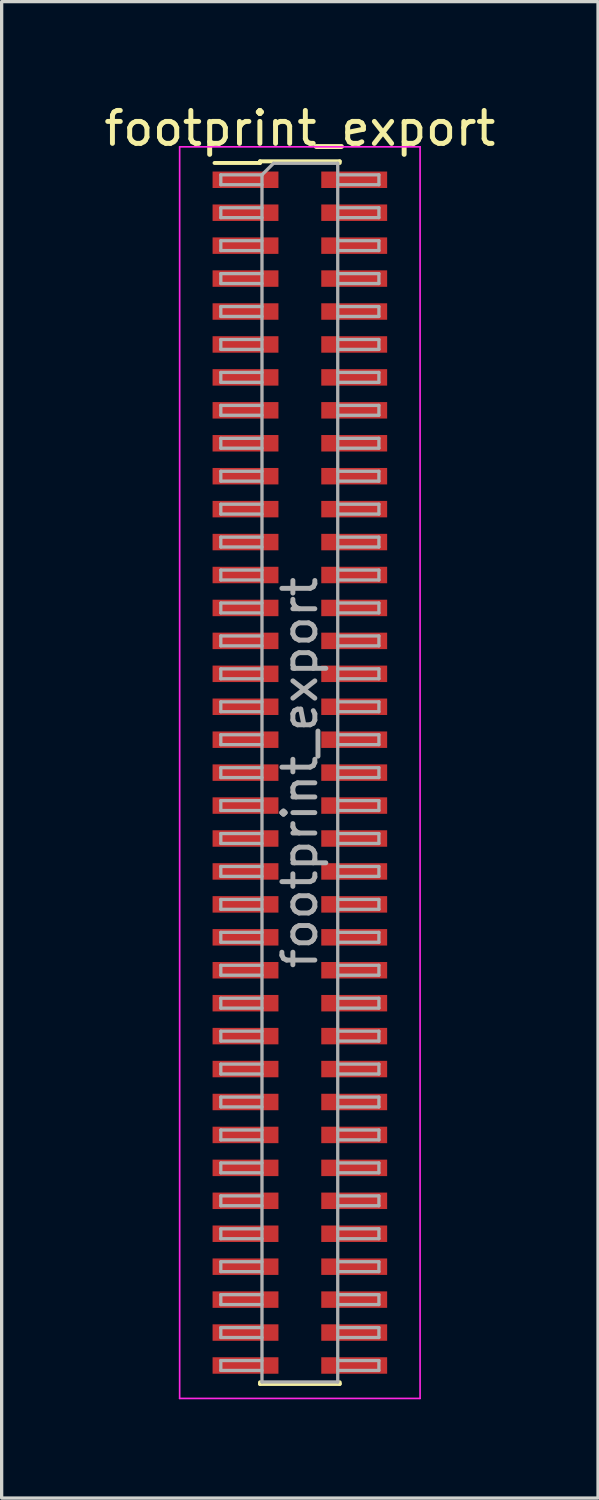
<source format=kicad_pcb>
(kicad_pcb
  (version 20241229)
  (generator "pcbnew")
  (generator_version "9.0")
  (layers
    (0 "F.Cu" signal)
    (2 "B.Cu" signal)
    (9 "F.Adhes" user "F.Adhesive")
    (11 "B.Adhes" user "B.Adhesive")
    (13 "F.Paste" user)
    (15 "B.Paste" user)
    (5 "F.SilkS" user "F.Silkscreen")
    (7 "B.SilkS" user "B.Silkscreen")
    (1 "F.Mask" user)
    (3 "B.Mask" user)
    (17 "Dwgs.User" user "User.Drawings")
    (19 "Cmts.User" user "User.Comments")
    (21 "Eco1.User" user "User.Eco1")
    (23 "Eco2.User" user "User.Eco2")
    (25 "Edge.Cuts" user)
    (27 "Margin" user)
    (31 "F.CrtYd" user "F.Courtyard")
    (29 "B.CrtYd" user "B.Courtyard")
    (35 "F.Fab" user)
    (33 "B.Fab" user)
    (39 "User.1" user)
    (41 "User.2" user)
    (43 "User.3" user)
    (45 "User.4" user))
  (footprint "footprint_export"
    (layer "F.Cu")
    (at 6.054 20.408)
    (property "Reference" "footprint_export" (at 0 -19.56 0) (layer "F.SilkS") (effects (font (size 1 1) (thickness 0.15))))
    (attr smd)
    (fp_line (start -2.59 -18.51) (end -1.21 -18.51) (stroke (width 0.12) (type solid)) (layer "F.SilkS"))
    (fp_line (start -1.21 -18.56) (end -1.21 -18.51) (stroke (width 0.12) (type solid)) (layer "F.SilkS"))
    (fp_line (start -1.21 -18.56) (end 1.21 -18.56) (stroke (width 0.12) (type solid)) (layer "F.SilkS"))
    (fp_line (start -1.21 18.51) (end -1.21 18.56) (stroke (width 0.12) (type solid)) (layer "F.SilkS"))
    (fp_line (start -1.21 18.56) (end 1.21 18.56) (stroke (width 0.12) (type solid)) (layer "F.SilkS"))
    (fp_line (start 1.21 -18.56) (end 1.21 -18.51) (stroke (width 0.12) (type solid)) (layer "F.SilkS"))
    (fp_line (start 1.21 18.51) (end 1.21 18.56) (stroke (width 0.12) (type solid)) (layer "F.SilkS"))
    (fp_line (start -3.65 -19) (end -3.65 19) (stroke (width 0.05) (type solid)) (layer "F.CrtYd"))
    (fp_line (start -3.65 19) (end 3.65 19) (stroke (width 0.05) (type solid)) (layer "F.CrtYd"))
    (fp_line (start 3.65 -19) (end -3.65 -19) (stroke (width 0.05) (type solid)) (layer "F.CrtYd"))
    (fp_line (start 3.65 19) (end 3.65 -19) (stroke (width 0.05) (type solid)) (layer "F.CrtYd"))
    (fp_line (start -2.4 -18.15) (end -2.4 -17.85) (stroke (width 0.1) (type solid)) (layer "F.Fab"))
    (fp_line (start -2.4 -17.85) (end -1.15 -17.85) (stroke (width 0.1) (type solid)) (layer "F.Fab"))
    (fp_line (start -2.4 -17.15) (end -2.4 -16.85) (stroke (width 0.1) (type solid)) (layer "F.Fab"))
    (fp_line (start -2.4 -16.85) (end -1.15 -16.85) (stroke (width 0.1) (type solid)) (layer "F.Fab"))
    (fp_line (start -2.4 -16.15) (end -2.4 -15.85) (stroke (width 0.1) (type solid)) (layer "F.Fab"))
    (fp_line (start -2.4 -15.85) (end -1.15 -15.85) (stroke (width 0.1) (type solid)) (layer "F.Fab"))
    (fp_line (start -2.4 -15.15) (end -2.4 -14.85) (stroke (width 0.1) (type solid)) (layer "F.Fab"))
    (fp_line (start -2.4 -14.85) (end -1.15 -14.85) (stroke (width 0.1) (type solid)) (layer "F.Fab"))
    (fp_line (start -2.4 -14.15) (end -2.4 -13.85) (stroke (width 0.1) (type solid)) (layer "F.Fab"))
    (fp_line (start -2.4 -13.85) (end -1.15 -13.85) (stroke (width 0.1) (type solid)) (layer "F.Fab"))
    (fp_line (start -2.4 -13.15) (end -2.4 -12.85) (stroke (width 0.1) (type solid)) (layer "F.Fab"))
    (fp_line (start -2.4 -12.85) (end -1.15 -12.85) (stroke (width 0.1) (type solid)) (layer "F.Fab"))
    (fp_line (start -2.4 -12.15) (end -2.4 -11.85) (stroke (width 0.1) (type solid)) (layer "F.Fab"))
    (fp_line (start -2.4 -11.85) (end -1.15 -11.85) (stroke (width 0.1) (type solid)) (layer "F.Fab"))
    (fp_line (start -2.4 -11.15) (end -2.4 -10.85) (stroke (width 0.1) (type solid)) (layer "F.Fab"))
    (fp_line (start -2.4 -10.85) (end -1.15 -10.85) (stroke (width 0.1) (type solid)) (layer "F.Fab"))
    (fp_line (start -2.4 -10.15) (end -2.4 -9.85) (stroke (width 0.1) (type solid)) (layer "F.Fab"))
    (fp_line (start -2.4 -9.85) (end -1.15 -9.85) (stroke (width 0.1) (type solid)) (layer "F.Fab"))
    (fp_line (start -2.4 -9.15) (end -2.4 -8.85) (stroke (width 0.1) (type solid)) (layer "F.Fab"))
    (fp_line (start -2.4 -8.85) (end -1.15 -8.85) (stroke (width 0.1) (type solid)) (layer "F.Fab"))
    (fp_line (start -2.4 -8.15) (end -2.4 -7.85) (stroke (width 0.1) (type solid)) (layer "F.Fab"))
    (fp_line (start -2.4 -7.85) (end -1.15 -7.85) (stroke (width 0.1) (type solid)) (layer "F.Fab"))
    (fp_line (start -2.4 -7.15) (end -2.4 -6.85) (stroke (width 0.1) (type solid)) (layer "F.Fab"))
    (fp_line (start -2.4 -6.85) (end -1.15 -6.85) (stroke (width 0.1) (type solid)) (layer "F.Fab"))
    (fp_line (start -2.4 -6.15) (end -2.4 -5.85) (stroke (width 0.1) (type solid)) (layer "F.Fab"))
    (fp_line (start -2.4 -5.85) (end -1.15 -5.85) (stroke (width 0.1) (type solid)) (layer "F.Fab"))
    (fp_line (start -2.4 -5.15) (end -2.4 -4.85) (stroke (width 0.1) (type solid)) (layer "F.Fab"))
    (fp_line (start -2.4 -4.85) (end -1.15 -4.85) (stroke (width 0.1) (type solid)) (layer "F.Fab"))
    (fp_line (start -2.4 -4.15) (end -2.4 -3.85) (stroke (width 0.1) (type solid)) (layer "F.Fab"))
    (fp_line (start -2.4 -3.85) (end -1.15 -3.85) (stroke (width 0.1) (type solid)) (layer "F.Fab"))
    (fp_line (start -2.4 -3.15) (end -2.4 -2.85) (stroke (width 0.1) (type solid)) (layer "F.Fab"))
    (fp_line (start -2.4 -2.85) (end -1.15 -2.85) (stroke (width 0.1) (type solid)) (layer "F.Fab"))
    (fp_line (start -2.4 -2.15) (end -2.4 -1.85) (stroke (width 0.1) (type solid)) (layer "F.Fab"))
    (fp_line (start -2.4 -1.85) (end -1.15 -1.85) (stroke (width 0.1) (type solid)) (layer "F.Fab"))
    (fp_line (start -2.4 -1.15) (end -2.4 -0.85) (stroke (width 0.1) (type solid)) (layer "F.Fab"))
    (fp_line (start -2.4 -0.85) (end -1.15 -0.85) (stroke (width 0.1) (type solid)) (layer "F.Fab"))
    (fp_line (start -2.4 -0.15) (end -2.4 0.15) (stroke (width 0.1) (type solid)) (layer "F.Fab"))
    (fp_line (start -2.4 0.15) (end -1.15 0.15) (stroke (width 0.1) (type solid)) (layer "F.Fab"))
    (fp_line (start -2.4 0.85) (end -2.4 1.15) (stroke (width 0.1) (type solid)) (layer "F.Fab"))
    (fp_line (start -2.4 1.15) (end -1.15 1.15) (stroke (width 0.1) (type solid)) (layer "F.Fab"))
    (fp_line (start -2.4 1.85) (end -2.4 2.15) (stroke (width 0.1) (type solid)) (layer "F.Fab"))
    (fp_line (start -2.4 2.15) (end -1.15 2.15) (stroke (width 0.1) (type solid)) (layer "F.Fab"))
    (fp_line (start -2.4 2.85) (end -2.4 3.15) (stroke (width 0.1) (type solid)) (layer "F.Fab"))
    (fp_line (start -2.4 3.15) (end -1.15 3.15) (stroke (width 0.1) (type solid)) (layer "F.Fab"))
    (fp_line (start -2.4 3.85) (end -2.4 4.15) (stroke (width 0.1) (type solid)) (layer "F.Fab"))
    (fp_line (start -2.4 4.15) (end -1.15 4.15) (stroke (width 0.1) (type solid)) (layer "F.Fab"))
    (fp_line (start -2.4 4.85) (end -2.4 5.15) (stroke (width 0.1) (type solid)) (layer "F.Fab"))
    (fp_line (start -2.4 5.15) (end -1.15 5.15) (stroke (width 0.1) (type solid)) (layer "F.Fab"))
    (fp_line (start -2.4 5.85) (end -2.4 6.15) (stroke (width 0.1) (type solid)) (layer "F.Fab"))
    (fp_line (start -2.4 6.15) (end -1.15 6.15) (stroke (width 0.1) (type solid)) (layer "F.Fab"))
    (fp_line (start -2.4 6.85) (end -2.4 7.15) (stroke (width 0.1) (type solid)) (layer "F.Fab"))
    (fp_line (start -2.4 7.15) (end -1.15 7.15) (stroke (width 0.1) (type solid)) (layer "F.Fab"))
    (fp_line (start -2.4 7.85) (end -2.4 8.15) (stroke (width 0.1) (type solid)) (layer "F.Fab"))
    (fp_line (start -2.4 8.15) (end -1.15 8.15) (stroke (width 0.1) (type solid)) (layer "F.Fab"))
    (fp_line (start -2.4 8.85) (end -2.4 9.15) (stroke (width 0.1) (type solid)) (layer "F.Fab"))
    (fp_line (start -2.4 9.15) (end -1.15 9.15) (stroke (width 0.1) (type solid)) (layer "F.Fab"))
    (fp_line (start -2.4 9.85) (end -2.4 10.15) (stroke (width 0.1) (type solid)) (layer "F.Fab"))
    (fp_line (start -2.4 10.15) (end -1.15 10.15) (stroke (width 0.1) (type solid)) (layer "F.Fab"))
    (fp_line (start -2.4 10.85) (end -2.4 11.15) (stroke (width 0.1) (type solid)) (layer "F.Fab"))
    (fp_line (start -2.4 11.15) (end -1.15 11.15) (stroke (width 0.1) (type solid)) (layer "F.Fab"))
    (fp_line (start -2.4 11.85) (end -2.4 12.15) (stroke (width 0.1) (type solid)) (layer "F.Fab"))
    (fp_line (start -2.4 12.15) (end -1.15 12.15) (stroke (width 0.1) (type solid)) (layer "F.Fab"))
    (fp_line (start -2.4 12.85) (end -2.4 13.15) (stroke (width 0.1) (type solid)) (layer "F.Fab"))
    (fp_line (start -2.4 13.15) (end -1.15 13.15) (stroke (width 0.1) (type solid)) (layer "F.Fab"))
    (fp_line (start -2.4 13.85) (end -2.4 14.15) (stroke (width 0.1) (type solid)) (layer "F.Fab"))
    (fp_line (start -2.4 14.15) (end -1.15 14.15) (stroke (width 0.1) (type solid)) (layer "F.Fab"))
    (fp_line (start -2.4 14.85) (end -2.4 15.15) (stroke (width 0.1) (type solid)) (layer "F.Fab"))
    (fp_line (start -2.4 15.15) (end -1.15 15.15) (stroke (width 0.1) (type solid)) (layer "F.Fab"))
    (fp_line (start -2.4 15.85) (end -2.4 16.15) (stroke (width 0.1) (type solid)) (layer "F.Fab"))
    (fp_line (start -2.4 16.15) (end -1.15 16.15) (stroke (width 0.1) (type solid)) (layer "F.Fab"))
    (fp_line (start -2.4 16.85) (end -2.4 17.15) (stroke (width 0.1) (type solid)) (layer "F.Fab"))
    (fp_line (start -2.4 17.15) (end -1.15 17.15) (stroke (width 0.1) (type solid)) (layer "F.Fab"))
    (fp_line (start -2.4 17.85) (end -2.4 18.15) (stroke (width 0.1) (type solid)) (layer "F.Fab"))
    (fp_line (start -2.4 18.15) (end -1.15 18.15) (stroke (width 0.1) (type solid)) (layer "F.Fab"))
    (fp_line (start -1.15 -18.15) (end -2.4 -18.15) (stroke (width 0.1) (type solid)) (layer "F.Fab"))
    (fp_line (start -1.15 -18.15) (end -0.8 -18.5) (stroke (width 0.1) (type solid)) (layer "F.Fab"))
    (fp_line (start -1.15 -17.15) (end -2.4 -17.15) (stroke (width 0.1) (type solid)) (layer "F.Fab"))
    (fp_line (start -1.15 -16.15) (end -2.4 -16.15) (stroke (width 0.1) (type solid)) (layer "F.Fab"))
    (fp_line (start -1.15 -15.15) (end -2.4 -15.15) (stroke (width 0.1) (type solid)) (layer "F.Fab"))
    (fp_line (start -1.15 -14.15) (end -2.4 -14.15) (stroke (width 0.1) (type solid)) (layer "F.Fab"))
    (fp_line (start -1.15 -13.15) (end -2.4 -13.15) (stroke (width 0.1) (type solid)) (layer "F.Fab"))
    (fp_line (start -1.15 -12.15) (end -2.4 -12.15) (stroke (width 0.1) (type solid)) (layer "F.Fab"))
    (fp_line (start -1.15 -11.15) (end -2.4 -11.15) (stroke (width 0.1) (type solid)) (layer "F.Fab"))
    (fp_line (start -1.15 -10.15) (end -2.4 -10.15) (stroke (width 0.1) (type solid)) (layer "F.Fab"))
    (fp_line (start -1.15 -9.15) (end -2.4 -9.15) (stroke (width 0.1) (type solid)) (layer "F.Fab"))
    (fp_line (start -1.15 -8.15) (end -2.4 -8.15) (stroke (width 0.1) (type solid)) (layer "F.Fab"))
    (fp_line (start -1.15 -7.15) (end -2.4 -7.15) (stroke (width 0.1) (type solid)) (layer "F.Fab"))
    (fp_line (start -1.15 -6.15) (end -2.4 -6.15) (stroke (width 0.1) (type solid)) (layer "F.Fab"))
    (fp_line (start -1.15 -5.15) (end -2.4 -5.15) (stroke (width 0.1) (type solid)) (layer "F.Fab"))
    (fp_line (start -1.15 -4.15) (end -2.4 -4.15) (stroke (width 0.1) (type solid)) (layer "F.Fab"))
    (fp_line (start -1.15 -3.15) (end -2.4 -3.15) (stroke (width 0.1) (type solid)) (layer "F.Fab"))
    (fp_line (start -1.15 -2.15) (end -2.4 -2.15) (stroke (width 0.1) (type solid)) (layer "F.Fab"))
    (fp_line (start -1.15 -1.15) (end -2.4 -1.15) (stroke (width 0.1) (type solid)) (layer "F.Fab"))
    (fp_line (start -1.15 -0.15) (end -2.4 -0.15) (stroke (width 0.1) (type solid)) (layer "F.Fab"))
    (fp_line (start -1.15 0.85) (end -2.4 0.85) (stroke (width 0.1) (type solid)) (layer "F.Fab"))
    (fp_line (start -1.15 1.85) (end -2.4 1.85) (stroke (width 0.1) (type solid)) (layer "F.Fab"))
    (fp_line (start -1.15 2.85) (end -2.4 2.85) (stroke (width 0.1) (type solid)) (layer "F.Fab"))
    (fp_line (start -1.15 3.85) (end -2.4 3.85) (stroke (width 0.1) (type solid)) (layer "F.Fab"))
    (fp_line (start -1.15 4.85) (end -2.4 4.85) (stroke (width 0.1) (type solid)) (layer "F.Fab"))
    (fp_line (start -1.15 5.85) (end -2.4 5.85) (stroke (width 0.1) (type solid)) (layer "F.Fab"))
    (fp_line (start -1.15 6.85) (end -2.4 6.85) (stroke (width 0.1) (type solid)) (layer "F.Fab"))
    (fp_line (start -1.15 7.85) (end -2.4 7.85) (stroke (width 0.1) (type solid)) (layer "F.Fab"))
    (fp_line (start -1.15 8.85) (end -2.4 8.85) (stroke (width 0.1) (type solid)) (layer "F.Fab"))
    (fp_line (start -1.15 9.85) (end -2.4 9.85) (stroke (width 0.1) (type solid)) (layer "F.Fab"))
    (fp_line (start -1.15 10.85) (end -2.4 10.85) (stroke (width 0.1) (type solid)) (layer "F.Fab"))
    (fp_line (start -1.15 11.85) (end -2.4 11.85) (stroke (width 0.1) (type solid)) (layer "F.Fab"))
    (fp_line (start -1.15 12.85) (end -2.4 12.85) (stroke (width 0.1) (type solid)) (layer "F.Fab"))
    (fp_line (start -1.15 13.85) (end -2.4 13.85) (stroke (width 0.1) (type solid)) (layer "F.Fab"))
    (fp_line (start -1.15 14.85) (end -2.4 14.85) (stroke (width 0.1) (type solid)) (layer "F.Fab"))
    (fp_line (start -1.15 15.85) (end -2.4 15.85) (stroke (width 0.1) (type solid)) (layer "F.Fab"))
    (fp_line (start -1.15 16.85) (end -2.4 16.85) (stroke (width 0.1) (type solid)) (layer "F.Fab"))
    (fp_line (start -1.15 17.85) (end -2.4 17.85) (stroke (width 0.1) (type solid)) (layer "F.Fab"))
    (fp_line (start -1.15 18.5) (end -1.15 -18.15) (stroke (width 0.1) (type solid)) (layer "F.Fab"))
    (fp_line (start -0.8 -18.5) (end 1.15 -18.5) (stroke (width 0.1) (type solid)) (layer "F.Fab"))
    (fp_line (start 1.15 -18.5) (end 1.15 18.5) (stroke (width 0.1) (type solid)) (layer "F.Fab"))
    (fp_line (start 1.15 -18.15) (end 2.4 -18.15) (stroke (width 0.1) (type solid)) (layer "F.Fab"))
    (fp_line (start 1.15 -17.15) (end 2.4 -17.15) (stroke (width 0.1) (type solid)) (layer "F.Fab"))
    (fp_line (start 1.15 -16.15) (end 2.4 -16.15) (stroke (width 0.1) (type solid)) (layer "F.Fab"))
    (fp_line (start 1.15 -15.15) (end 2.4 -15.15) (stroke (width 0.1) (type solid)) (layer "F.Fab"))
    (fp_line (start 1.15 -14.15) (end 2.4 -14.15) (stroke (width 0.1) (type solid)) (layer "F.Fab"))
    (fp_line (start 1.15 -13.15) (end 2.4 -13.15) (stroke (width 0.1) (type solid)) (layer "F.Fab"))
    (fp_line (start 1.15 -12.15) (end 2.4 -12.15) (stroke (width 0.1) (type solid)) (layer "F.Fab"))
    (fp_line (start 1.15 -11.15) (end 2.4 -11.15) (stroke (width 0.1) (type solid)) (layer "F.Fab"))
    (fp_line (start 1.15 -10.15) (end 2.4 -10.15) (stroke (width 0.1) (type solid)) (layer "F.Fab"))
    (fp_line (start 1.15 -9.15) (end 2.4 -9.15) (stroke (width 0.1) (type solid)) (layer "F.Fab"))
    (fp_line (start 1.15 -8.15) (end 2.4 -8.15) (stroke (width 0.1) (type solid)) (layer "F.Fab"))
    (fp_line (start 1.15 -7.15) (end 2.4 -7.15) (stroke (width 0.1) (type solid)) (layer "F.Fab"))
    (fp_line (start 1.15 -6.15) (end 2.4 -6.15) (stroke (width 0.1) (type solid)) (layer "F.Fab"))
    (fp_line (start 1.15 -5.15) (end 2.4 -5.15) (stroke (width 0.1) (type solid)) (layer "F.Fab"))
    (fp_line (start 1.15 -4.15) (end 2.4 -4.15) (stroke (width 0.1) (type solid)) (layer "F.Fab"))
    (fp_line (start 1.15 -3.15) (end 2.4 -3.15) (stroke (width 0.1) (type solid)) (layer "F.Fab"))
    (fp_line (start 1.15 -2.15) (end 2.4 -2.15) (stroke (width 0.1) (type solid)) (layer "F.Fab"))
    (fp_line (start 1.15 -1.15) (end 2.4 -1.15) (stroke (width 0.1) (type solid)) (layer "F.Fab"))
    (fp_line (start 1.15 -0.15) (end 2.4 -0.15) (stroke (width 0.1) (type solid)) (layer "F.Fab"))
    (fp_line (start 1.15 0.85) (end 2.4 0.85) (stroke (width 0.1) (type solid)) (layer "F.Fab"))
    (fp_line (start 1.15 1.85) (end 2.4 1.85) (stroke (width 0.1) (type solid)) (layer "F.Fab"))
    (fp_line (start 1.15 2.85) (end 2.4 2.85) (stroke (width 0.1) (type solid)) (layer "F.Fab"))
    (fp_line (start 1.15 3.85) (end 2.4 3.85) (stroke (width 0.1) (type solid)) (layer "F.Fab"))
    (fp_line (start 1.15 4.85) (end 2.4 4.85) (stroke (width 0.1) (type solid)) (layer "F.Fab"))
    (fp_line (start 1.15 5.85) (end 2.4 5.85) (stroke (width 0.1) (type solid)) (layer "F.Fab"))
    (fp_line (start 1.15 6.85) (end 2.4 6.85) (stroke (width 0.1) (type solid)) (layer "F.Fab"))
    (fp_line (start 1.15 7.85) (end 2.4 7.85) (stroke (width 0.1) (type solid)) (layer "F.Fab"))
    (fp_line (start 1.15 8.85) (end 2.4 8.85) (stroke (width 0.1) (type solid)) (layer "F.Fab"))
    (fp_line (start 1.15 9.85) (end 2.4 9.85) (stroke (width 0.1) (type solid)) (layer "F.Fab"))
    (fp_line (start 1.15 10.85) (end 2.4 10.85) (stroke (width 0.1) (type solid)) (layer "F.Fab"))
    (fp_line (start 1.15 11.85) (end 2.4 11.85) (stroke (width 0.1) (type solid)) (layer "F.Fab"))
    (fp_line (start 1.15 12.85) (end 2.4 12.85) (stroke (width 0.1) (type solid)) (layer "F.Fab"))
    (fp_line (start 1.15 13.85) (end 2.4 13.85) (stroke (width 0.1) (type solid)) (layer "F.Fab"))
    (fp_line (start 1.15 14.85) (end 2.4 14.85) (stroke (width 0.1) (type solid)) (layer "F.Fab"))
    (fp_line (start 1.15 15.85) (end 2.4 15.85) (stroke (width 0.1) (type solid)) (layer "F.Fab"))
    (fp_line (start 1.15 16.85) (end 2.4 16.85) (stroke (width 0.1) (type solid)) (layer "F.Fab"))
    (fp_line (start 1.15 17.85) (end 2.4 17.85) (stroke (width 0.1) (type solid)) (layer "F.Fab"))
    (fp_line (start 1.15 18.5) (end -1.15 18.5) (stroke (width 0.1) (type solid)) (layer "F.Fab"))
    (fp_line (start 2.4 -18.15) (end 2.4 -17.85) (stroke (width 0.1) (type solid)) (layer "F.Fab"))
    (fp_line (start 2.4 -17.85) (end 1.15 -17.85) (stroke (width 0.1) (type solid)) (layer "F.Fab"))
    (fp_line (start 2.4 -17.15) (end 2.4 -16.85) (stroke (width 0.1) (type solid)) (layer "F.Fab"))
    (fp_line (start 2.4 -16.85) (end 1.15 -16.85) (stroke (width 0.1) (type solid)) (layer "F.Fab"))
    (fp_line (start 2.4 -16.15) (end 2.4 -15.85) (stroke (width 0.1) (type solid)) (layer "F.Fab"))
    (fp_line (start 2.4 -15.85) (end 1.15 -15.85) (stroke (width 0.1) (type solid)) (layer "F.Fab"))
    (fp_line (start 2.4 -15.15) (end 2.4 -14.85) (stroke (width 0.1) (type solid)) (layer "F.Fab"))
    (fp_line (start 2.4 -14.85) (end 1.15 -14.85) (stroke (width 0.1) (type solid)) (layer "F.Fab"))
    (fp_line (start 2.4 -14.15) (end 2.4 -13.85) (stroke (width 0.1) (type solid)) (layer "F.Fab"))
    (fp_line (start 2.4 -13.85) (end 1.15 -13.85) (stroke (width 0.1) (type solid)) (layer "F.Fab"))
    (fp_line (start 2.4 -13.15) (end 2.4 -12.85) (stroke (width 0.1) (type solid)) (layer "F.Fab"))
    (fp_line (start 2.4 -12.85) (end 1.15 -12.85) (stroke (width 0.1) (type solid)) (layer "F.Fab"))
    (fp_line (start 2.4 -12.15) (end 2.4 -11.85) (stroke (width 0.1) (type solid)) (layer "F.Fab"))
    (fp_line (start 2.4 -11.85) (end 1.15 -11.85) (stroke (width 0.1) (type solid)) (layer "F.Fab"))
    (fp_line (start 2.4 -11.15) (end 2.4 -10.85) (stroke (width 0.1) (type solid)) (layer "F.Fab"))
    (fp_line (start 2.4 -10.85) (end 1.15 -10.85) (stroke (width 0.1) (type solid)) (layer "F.Fab"))
    (fp_line (start 2.4 -10.15) (end 2.4 -9.85) (stroke (width 0.1) (type solid)) (layer "F.Fab"))
    (fp_line (start 2.4 -9.85) (end 1.15 -9.85) (stroke (width 0.1) (type solid)) (layer "F.Fab"))
    (fp_line (start 2.4 -9.15) (end 2.4 -8.85) (stroke (width 0.1) (type solid)) (layer "F.Fab"))
    (fp_line (start 2.4 -8.85) (end 1.15 -8.85) (stroke (width 0.1) (type solid)) (layer "F.Fab"))
    (fp_line (start 2.4 -8.15) (end 2.4 -7.85) (stroke (width 0.1) (type solid)) (layer "F.Fab"))
    (fp_line (start 2.4 -7.85) (end 1.15 -7.85) (stroke (width 0.1) (type solid)) (layer "F.Fab"))
    (fp_line (start 2.4 -7.15) (end 2.4 -6.85) (stroke (width 0.1) (type solid)) (layer "F.Fab"))
    (fp_line (start 2.4 -6.85) (end 1.15 -6.85) (stroke (width 0.1) (type solid)) (layer "F.Fab"))
    (fp_line (start 2.4 -6.15) (end 2.4 -5.85) (stroke (width 0.1) (type solid)) (layer "F.Fab"))
    (fp_line (start 2.4 -5.85) (end 1.15 -5.85) (stroke (width 0.1) (type solid)) (layer "F.Fab"))
    (fp_line (start 2.4 -5.15) (end 2.4 -4.85) (stroke (width 0.1) (type solid)) (layer "F.Fab"))
    (fp_line (start 2.4 -4.85) (end 1.15 -4.85) (stroke (width 0.1) (type solid)) (layer "F.Fab"))
    (fp_line (start 2.4 -4.15) (end 2.4 -3.85) (stroke (width 0.1) (type solid)) (layer "F.Fab"))
    (fp_line (start 2.4 -3.85) (end 1.15 -3.85) (stroke (width 0.1) (type solid)) (layer "F.Fab"))
    (fp_line (start 2.4 -3.15) (end 2.4 -2.85) (stroke (width 0.1) (type solid)) (layer "F.Fab"))
    (fp_line (start 2.4 -2.85) (end 1.15 -2.85) (stroke (width 0.1) (type solid)) (layer "F.Fab"))
    (fp_line (start 2.4 -2.15) (end 2.4 -1.85) (stroke (width 0.1) (type solid)) (layer "F.Fab"))
    (fp_line (start 2.4 -1.85) (end 1.15 -1.85) (stroke (width 0.1) (type solid)) (layer "F.Fab"))
    (fp_line (start 2.4 -1.15) (end 2.4 -0.85) (stroke (width 0.1) (type solid)) (layer "F.Fab"))
    (fp_line (start 2.4 -0.85) (end 1.15 -0.85) (stroke (width 0.1) (type solid)) (layer "F.Fab"))
    (fp_line (start 2.4 -0.15) (end 2.4 0.15) (stroke (width 0.1) (type solid)) (layer "F.Fab"))
    (fp_line (start 2.4 0.15) (end 1.15 0.15) (stroke (width 0.1) (type solid)) (layer "F.Fab"))
    (fp_line (start 2.4 0.85) (end 2.4 1.15) (stroke (width 0.1) (type solid)) (layer "F.Fab"))
    (fp_line (start 2.4 1.15) (end 1.15 1.15) (stroke (width 0.1) (type solid)) (layer "F.Fab"))
    (fp_line (start 2.4 1.85) (end 2.4 2.15) (stroke (width 0.1) (type solid)) (layer "F.Fab"))
    (fp_line (start 2.4 2.15) (end 1.15 2.15) (stroke (width 0.1) (type solid)) (layer "F.Fab"))
    (fp_line (start 2.4 2.85) (end 2.4 3.15) (stroke (width 0.1) (type solid)) (layer "F.Fab"))
    (fp_line (start 2.4 3.15) (end 1.15 3.15) (stroke (width 0.1) (type solid)) (layer "F.Fab"))
    (fp_line (start 2.4 3.85) (end 2.4 4.15) (stroke (width 0.1) (type solid)) (layer "F.Fab"))
    (fp_line (start 2.4 4.15) (end 1.15 4.15) (stroke (width 0.1) (type solid)) (layer "F.Fab"))
    (fp_line (start 2.4 4.85) (end 2.4 5.15) (stroke (width 0.1) (type solid)) (layer "F.Fab"))
    (fp_line (start 2.4 5.15) (end 1.15 5.15) (stroke (width 0.1) (type solid)) (layer "F.Fab"))
    (fp_line (start 2.4 5.85) (end 2.4 6.15) (stroke (width 0.1) (type solid)) (layer "F.Fab"))
    (fp_line (start 2.4 6.15) (end 1.15 6.15) (stroke (width 0.1) (type solid)) (layer "F.Fab"))
    (fp_line (start 2.4 6.85) (end 2.4 7.15) (stroke (width 0.1) (type solid)) (layer "F.Fab"))
    (fp_line (start 2.4 7.15) (end 1.15 7.15) (stroke (width 0.1) (type solid)) (layer "F.Fab"))
    (fp_line (start 2.4 7.85) (end 2.4 8.15) (stroke (width 0.1) (type solid)) (layer "F.Fab"))
    (fp_line (start 2.4 8.15) (end 1.15 8.15) (stroke (width 0.1) (type solid)) (layer "F.Fab"))
    (fp_line (start 2.4 8.85) (end 2.4 9.15) (stroke (width 0.1) (type solid)) (layer "F.Fab"))
    (fp_line (start 2.4 9.15) (end 1.15 9.15) (stroke (width 0.1) (type solid)) (layer "F.Fab"))
    (fp_line (start 2.4 9.85) (end 2.4 10.15) (stroke (width 0.1) (type solid)) (layer "F.Fab"))
    (fp_line (start 2.4 10.15) (end 1.15 10.15) (stroke (width 0.1) (type solid)) (layer "F.Fab"))
    (fp_line (start 2.4 10.85) (end 2.4 11.15) (stroke (width 0.1) (type solid)) (layer "F.Fab"))
    (fp_line (start 2.4 11.15) (end 1.15 11.15) (stroke (width 0.1) (type solid)) (layer "F.Fab"))
    (fp_line (start 2.4 11.85) (end 2.4 12.15) (stroke (width 0.1) (type solid)) (layer "F.Fab"))
    (fp_line (start 2.4 12.15) (end 1.15 12.15) (stroke (width 0.1) (type solid)) (layer "F.Fab"))
    (fp_line (start 2.4 12.85) (end 2.4 13.15) (stroke (width 0.1) (type solid)) (layer "F.Fab"))
    (fp_line (start 2.4 13.15) (end 1.15 13.15) (stroke (width 0.1) (type solid)) (layer "F.Fab"))
    (fp_line (start 2.4 13.85) (end 2.4 14.15) (stroke (width 0.1) (type solid)) (layer "F.Fab"))
    (fp_line (start 2.4 14.15) (end 1.15 14.15) (stroke (width 0.1) (type solid)) (layer "F.Fab"))
    (fp_line (start 2.4 14.85) (end 2.4 15.15) (stroke (width 0.1) (type solid)) (layer "F.Fab"))
    (fp_line (start 2.4 15.15) (end 1.15 15.15) (stroke (width 0.1) (type solid)) (layer "F.Fab"))
    (fp_line (start 2.4 15.85) (end 2.4 16.15) (stroke (width 0.1) (type solid)) (layer "F.Fab"))
    (fp_line (start 2.4 16.15) (end 1.15 16.15) (stroke (width 0.1) (type solid)) (layer "F.Fab"))
    (fp_line (start 2.4 16.85) (end 2.4 17.15) (stroke (width 0.1) (type solid)) (layer "F.Fab"))
    (fp_line (start 2.4 17.15) (end 1.15 17.15) (stroke (width 0.1) (type solid)) (layer "F.Fab"))
    (fp_line (start 2.4 17.85) (end 2.4 18.15) (stroke (width 0.1) (type solid)) (layer "F.Fab"))
    (fp_line (start 2.4 18.15) (end 1.15 18.15) (stroke (width 0.1) (type solid)) (layer "F.Fab"))
    (fp_text user "${REFERENCE}" (at 0 0 90) (layer "F.Fab") (effects (font (size 1 1) (thickness 0.15))))
    (pad "1" smd rect (at -1.65 -18) (size 2 0.5) (layers "F.Cu" "F.Mask" "F.Paste"))
    (pad "2" smd rect (at 1.65 -18) (size 2 0.5) (layers "F.Cu" "F.Mask" "F.Paste"))
    (pad "3" smd rect (at -1.65 -17) (size 2 0.5) (layers "F.Cu" "F.Mask" "F.Paste"))
    (pad "4" smd rect (at 1.65 -17) (size 2 0.5) (layers "F.Cu" "F.Mask" "F.Paste"))
    (pad "5" smd rect (at -1.65 -16) (size 2 0.5) (layers "F.Cu" "F.Mask" "F.Paste"))
    (pad "6" smd rect (at 1.65 -16) (size 2 0.5) (layers "F.Cu" "F.Mask" "F.Paste"))
    (pad "7" smd rect (at -1.65 -15) (size 2 0.5) (layers "F.Cu" "F.Mask" "F.Paste"))
    (pad "8" smd rect (at 1.65 -15) (size 2 0.5) (layers "F.Cu" "F.Mask" "F.Paste"))
    (pad "9" smd rect (at -1.65 -14) (size 2 0.5) (layers "F.Cu" "F.Mask" "F.Paste"))
    (pad "10" smd rect (at 1.65 -14) (size 2 0.5) (layers "F.Cu" "F.Mask" "F.Paste"))
    (pad "11" smd rect (at -1.65 -13) (size 2 0.5) (layers "F.Cu" "F.Mask" "F.Paste"))
    (pad "12" smd rect (at 1.65 -13) (size 2 0.5) (layers "F.Cu" "F.Mask" "F.Paste"))
    (pad "13" smd rect (at -1.65 -12) (size 2 0.5) (layers "F.Cu" "F.Mask" "F.Paste"))
    (pad "14" smd rect (at 1.65 -12) (size 2 0.5) (layers "F.Cu" "F.Mask" "F.Paste"))
    (pad "15" smd rect (at -1.65 -11) (size 2 0.5) (layers "F.Cu" "F.Mask" "F.Paste"))
    (pad "16" smd rect (at 1.65 -11) (size 2 0.5) (layers "F.Cu" "F.Mask" "F.Paste"))
    (pad "17" smd rect (at -1.65 -10) (size 2 0.5) (layers "F.Cu" "F.Mask" "F.Paste"))
    (pad "18" smd rect (at 1.65 -10) (size 2 0.5) (layers "F.Cu" "F.Mask" "F.Paste"))
    (pad "19" smd rect (at -1.65 -9) (size 2 0.5) (layers "F.Cu" "F.Mask" "F.Paste"))
    (pad "20" smd rect (at 1.65 -9) (size 2 0.5) (layers "F.Cu" "F.Mask" "F.Paste"))
    (pad "21" smd rect (at -1.65 -8) (size 2 0.5) (layers "F.Cu" "F.Mask" "F.Paste"))
    (pad "22" smd rect (at 1.65 -8) (size 2 0.5) (layers "F.Cu" "F.Mask" "F.Paste"))
    (pad "23" smd rect (at -1.65 -7) (size 2 0.5) (layers "F.Cu" "F.Mask" "F.Paste"))
    (pad "24" smd rect (at 1.65 -7) (size 2 0.5) (layers "F.Cu" "F.Mask" "F.Paste"))
    (pad "25" smd rect (at -1.65 -6) (size 2 0.5) (layers "F.Cu" "F.Mask" "F.Paste"))
    (pad "26" smd rect (at 1.65 -6) (size 2 0.5) (layers "F.Cu" "F.Mask" "F.Paste"))
    (pad "27" smd rect (at -1.65 -5) (size 2 0.5) (layers "F.Cu" "F.Mask" "F.Paste"))
    (pad "28" smd rect (at 1.65 -5) (size 2 0.5) (layers "F.Cu" "F.Mask" "F.Paste"))
    (pad "29" smd rect (at -1.65 -4) (size 2 0.5) (layers "F.Cu" "F.Mask" "F.Paste"))
    (pad "30" smd rect (at 1.65 -4) (size 2 0.5) (layers "F.Cu" "F.Mask" "F.Paste"))
    (pad "31" smd rect (at -1.65 -3) (size 2 0.5) (layers "F.Cu" "F.Mask" "F.Paste"))
    (pad "32" smd rect (at 1.65 -3) (size 2 0.5) (layers "F.Cu" "F.Mask" "F.Paste"))
    (pad "33" smd rect (at -1.65 -2) (size 2 0.5) (layers "F.Cu" "F.Mask" "F.Paste"))
    (pad "34" smd rect (at 1.65 -2) (size 2 0.5) (layers "F.Cu" "F.Mask" "F.Paste"))
    (pad "35" smd rect (at -1.65 -1) (size 2 0.5) (layers "F.Cu" "F.Mask" "F.Paste"))
    (pad "36" smd rect (at 1.65 -1) (size 2 0.5) (layers "F.Cu" "F.Mask" "F.Paste"))
    (pad "37" smd rect (at -1.65 0) (size 2 0.5) (layers "F.Cu" "F.Mask" "F.Paste"))
    (pad "38" smd rect (at 1.65 0) (size 2 0.5) (layers "F.Cu" "F.Mask" "F.Paste"))
    (pad "39" smd rect (at -1.65 1) (size 2 0.5) (layers "F.Cu" "F.Mask" "F.Paste"))
    (pad "40" smd rect (at 1.65 1) (size 2 0.5) (layers "F.Cu" "F.Mask" "F.Paste"))
    (pad "41" smd rect (at -1.65 2) (size 2 0.5) (layers "F.Cu" "F.Mask" "F.Paste"))
    (pad "42" smd rect (at 1.65 2) (size 2 0.5) (layers "F.Cu" "F.Mask" "F.Paste"))
    (pad "43" smd rect (at -1.65 3) (size 2 0.5) (layers "F.Cu" "F.Mask" "F.Paste"))
    (pad "44" smd rect (at 1.65 3) (size 2 0.5) (layers "F.Cu" "F.Mask" "F.Paste"))
    (pad "45" smd rect (at -1.65 4) (size 2 0.5) (layers "F.Cu" "F.Mask" "F.Paste"))
    (pad "46" smd rect (at 1.65 4) (size 2 0.5) (layers "F.Cu" "F.Mask" "F.Paste"))
    (pad "47" smd rect (at -1.65 5) (size 2 0.5) (layers "F.Cu" "F.Mask" "F.Paste"))
    (pad "48" smd rect (at 1.65 5) (size 2 0.5) (layers "F.Cu" "F.Mask" "F.Paste"))
    (pad "49" smd rect (at -1.65 6) (size 2 0.5) (layers "F.Cu" "F.Mask" "F.Paste"))
    (pad "50" smd rect (at 1.65 6) (size 2 0.5) (layers "F.Cu" "F.Mask" "F.Paste"))
    (pad "51" smd rect (at -1.65 7) (size 2 0.5) (layers "F.Cu" "F.Mask" "F.Paste"))
    (pad "52" smd rect (at 1.65 7) (size 2 0.5) (layers "F.Cu" "F.Mask" "F.Paste"))
    (pad "53" smd rect (at -1.65 8) (size 2 0.5) (layers "F.Cu" "F.Mask" "F.Paste"))
    (pad "54" smd rect (at 1.65 8) (size 2 0.5) (layers "F.Cu" "F.Mask" "F.Paste"))
    (pad "55" smd rect (at -1.65 9) (size 2 0.5) (layers "F.Cu" "F.Mask" "F.Paste"))
    (pad "56" smd rect (at 1.65 9) (size 2 0.5) (layers "F.Cu" "F.Mask" "F.Paste"))
    (pad "57" smd rect (at -1.65 10) (size 2 0.5) (layers "F.Cu" "F.Mask" "F.Paste"))
    (pad "58" smd rect (at 1.65 10) (size 2 0.5) (layers "F.Cu" "F.Mask" "F.Paste"))
    (pad "59" smd rect (at -1.65 11) (size 2 0.5) (layers "F.Cu" "F.Mask" "F.Paste"))
    (pad "60" smd rect (at 1.65 11) (size 2 0.5) (layers "F.Cu" "F.Mask" "F.Paste"))
    (pad "61" smd rect (at -1.65 12) (size 2 0.5) (layers "F.Cu" "F.Mask" "F.Paste"))
    (pad "62" smd rect (at 1.65 12) (size 2 0.5) (layers "F.Cu" "F.Mask" "F.Paste"))
    (pad "63" smd rect (at -1.65 13) (size 2 0.5) (layers "F.Cu" "F.Mask" "F.Paste"))
    (pad "64" smd rect (at 1.65 13) (size 2 0.5) (layers "F.Cu" "F.Mask" "F.Paste"))
    (pad "65" smd rect (at -1.65 14) (size 2 0.5) (layers "F.Cu" "F.Mask" "F.Paste"))
    (pad "66" smd rect (at 1.65 14) (size 2 0.5) (layers "F.Cu" "F.Mask" "F.Paste"))
    (pad "67" smd rect (at -1.65 15) (size 2 0.5) (layers "F.Cu" "F.Mask" "F.Paste"))
    (pad "68" smd rect (at 1.65 15) (size 2 0.5) (layers "F.Cu" "F.Mask" "F.Paste"))
    (pad "69" smd rect (at -1.65 16) (size 2 0.5) (layers "F.Cu" "F.Mask" "F.Paste"))
    (pad "70" smd rect (at 1.65 16) (size 2 0.5) (layers "F.Cu" "F.Mask" "F.Paste"))
    (pad "71" smd rect (at -1.65 17) (size 2 0.5) (layers "F.Cu" "F.Mask" "F.Paste"))
    (pad "72" smd rect (at 1.65 17) (size 2 0.5) (layers "F.Cu" "F.Mask" "F.Paste"))
    (pad "73" smd rect (at -1.65 18) (size 2 0.5) (layers "F.Cu" "F.Mask" "F.Paste"))
    (pad "74" smd rect (at 1.65 18) (size 2 0.5) (layers "F.Cu" "F.Mask" "F.Paste")))
  (gr_rect
    (start -3 -3)
    (end 15.107 42.433)
    (stroke (width 0.1) (type default))
    (fill no)
    (layer "Edge.Cuts")))
</source>
